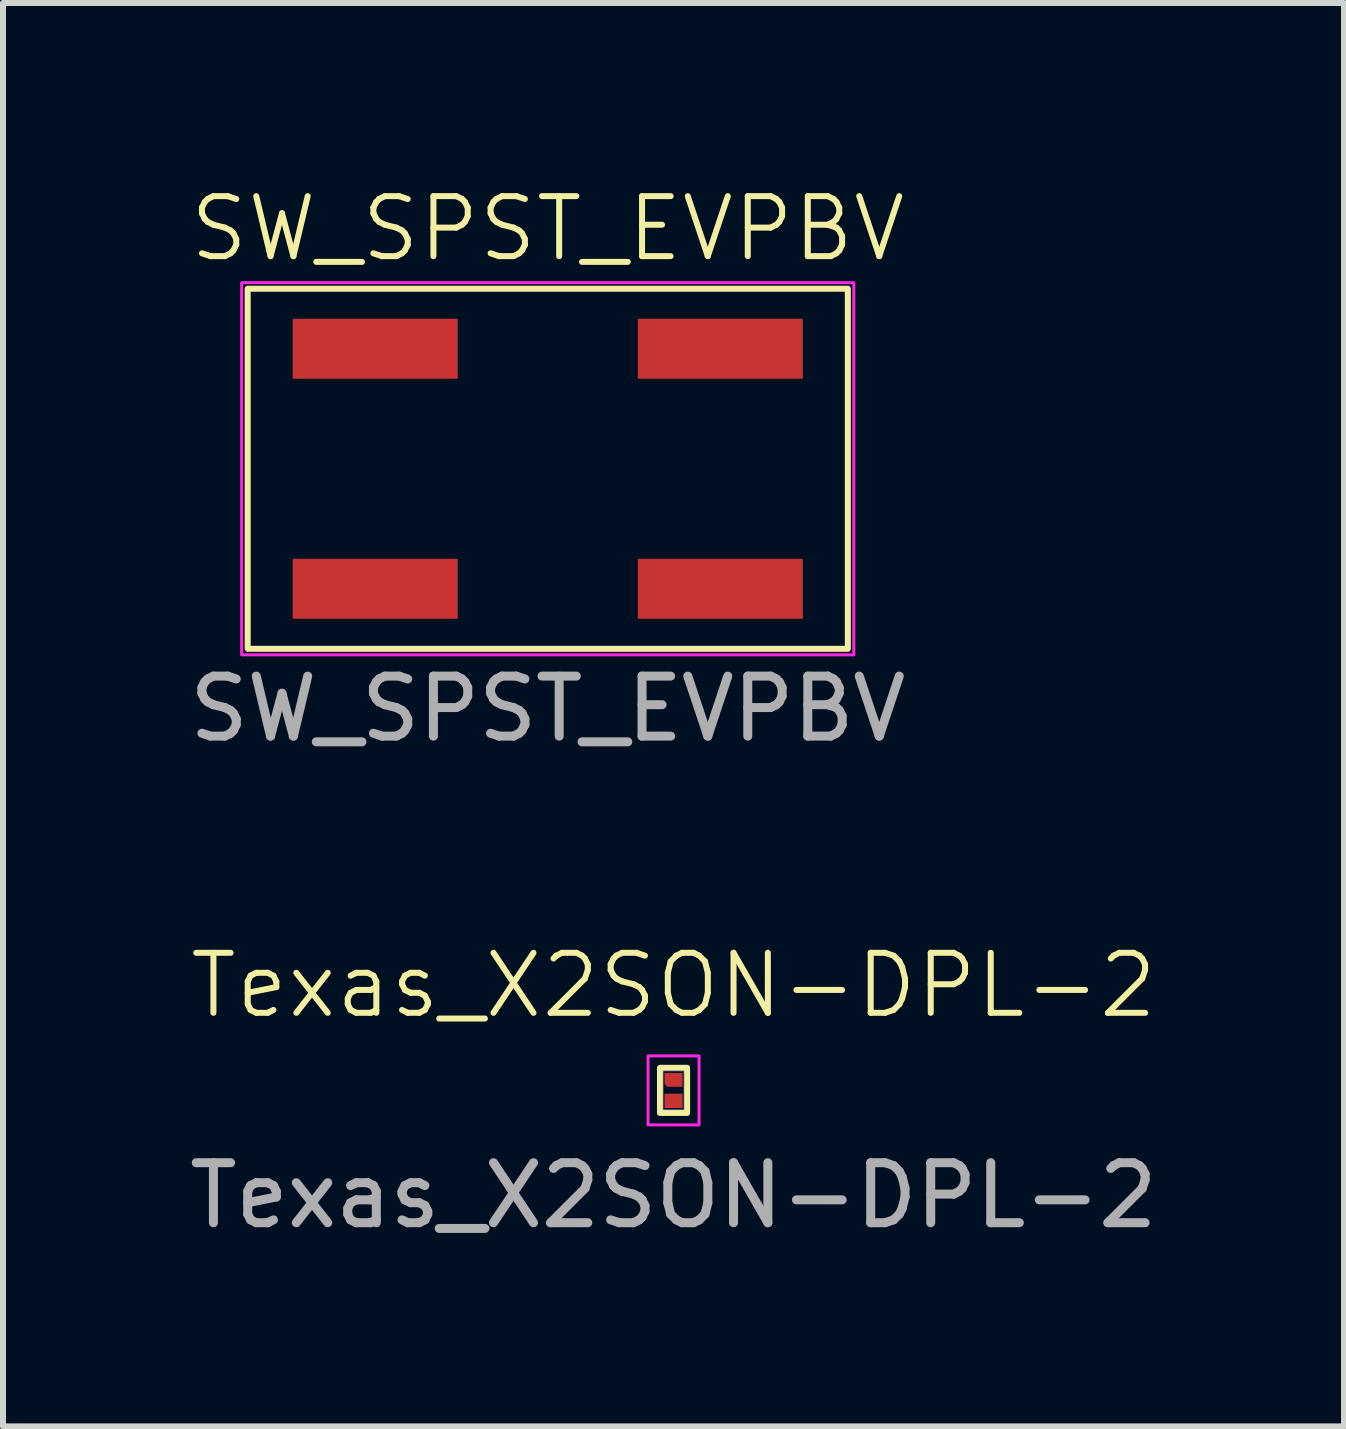
<source format=kicad_pcb>
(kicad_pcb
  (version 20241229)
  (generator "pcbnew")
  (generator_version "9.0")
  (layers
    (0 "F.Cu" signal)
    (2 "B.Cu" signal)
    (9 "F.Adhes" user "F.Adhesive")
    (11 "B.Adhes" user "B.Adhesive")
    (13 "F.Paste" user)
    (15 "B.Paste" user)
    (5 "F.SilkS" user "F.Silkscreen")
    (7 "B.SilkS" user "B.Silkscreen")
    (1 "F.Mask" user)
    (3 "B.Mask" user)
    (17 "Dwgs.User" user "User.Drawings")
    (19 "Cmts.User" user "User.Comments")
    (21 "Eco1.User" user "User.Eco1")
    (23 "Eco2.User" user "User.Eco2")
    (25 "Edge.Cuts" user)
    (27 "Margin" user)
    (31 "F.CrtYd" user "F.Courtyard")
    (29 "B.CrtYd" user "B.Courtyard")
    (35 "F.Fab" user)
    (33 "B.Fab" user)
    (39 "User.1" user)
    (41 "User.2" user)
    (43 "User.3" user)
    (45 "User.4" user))
  (footprint "SW_SPST_EVPBV"
    (layer "F.Cu")
    (at 6.077 4.761)
    (property "Reference" "SW_SPST_EVPBV" (at 0 -4 0) (unlocked yes) (layer "F.SilkS") (effects (font (size 1 1) (thickness 0.1))))
    (attr smd)
    (fp_rect (start -5 -3) (end 5 3) (stroke (width 0.1) (type default)) (fill no) (layer "F.SilkS"))
    (fp_rect (start -5.1 -3.1) (end 5.1 3.1) (stroke (width 0.05) (type default)) (fill no) (layer "F.CrtYd"))
    (fp_text user "${REFERENCE}" (at 0 4 0) (unlocked yes) (layer "F.Fab") (effects (font (size 1 1) (thickness 0.15))))
    (pad "1" smd rect (at -2.875 -2) (size 2.75 1) (layers "F.Cu" "F.Mask" "F.Paste"))
    (pad "2" smd rect (at 2.875 -2) (size 2.75 1) (layers "F.Cu" "F.Mask" "F.Paste"))
    (pad "3" smd rect (at -2.875 2) (size 2.75 1) (layers "F.Cu" "F.Mask" "F.Paste"))
    (pad "4" smd rect (at 2.875 2) (size 2.75 1) (layers "F.Cu" "F.Mask" "F.Paste")))
  (footprint "Texas_X2SON-DPL-2"
    (layer "F.Cu")
    (at 8.173 15.119)
    (property "Reference" "Texas_X2SON-DPL-2" (at 0 -1.75 0) (unlocked yes) (layer "F.SilkS") (effects (font (size 1 1) (thickness 0.1))))
    (attr smd)
    (fp_rect (start -0.226 -0.376) (end 0.226 0.376) (stroke (width 0.1) (type default)) (fill no) (layer "F.SilkS"))
    (fp_rect (start -0.425 -0.575) (end 0.425 0.575) (stroke (width 0.05) (type default)) (fill no) (layer "F.CrtYd"))
    (fp_rect (start -0.175 -0.325) (end 0.175 0.325) (stroke (width 0.01) (type default)) (fill no) (layer "F.Fab"))
    (fp_text user "${REFERENCE}" (at 0 1.75 0) (unlocked yes) (layer "F.Fab") (effects (font (size 1 1) (thickness 0.15))))
    (pad "1" smd roundrect (at 0 -0.175) (size 0.3 0.23) (layers "F.Cu" "F.Mask" "F.Paste") (roundrect_rratio 0) (chamfer_ratio 0.2) (chamfer bottom_left))
    (pad "2" smd rect (at 0 0.175) (size 0.3 0.24) (layers "F.Cu" "F.Mask" "F.Paste")))
  (gr_rect
    (start -3 -3)
    (end 19.345 20.718)
    (stroke (width 0.1) (type default))
    (fill no)
    (layer "Edge.Cuts")))
</source>
